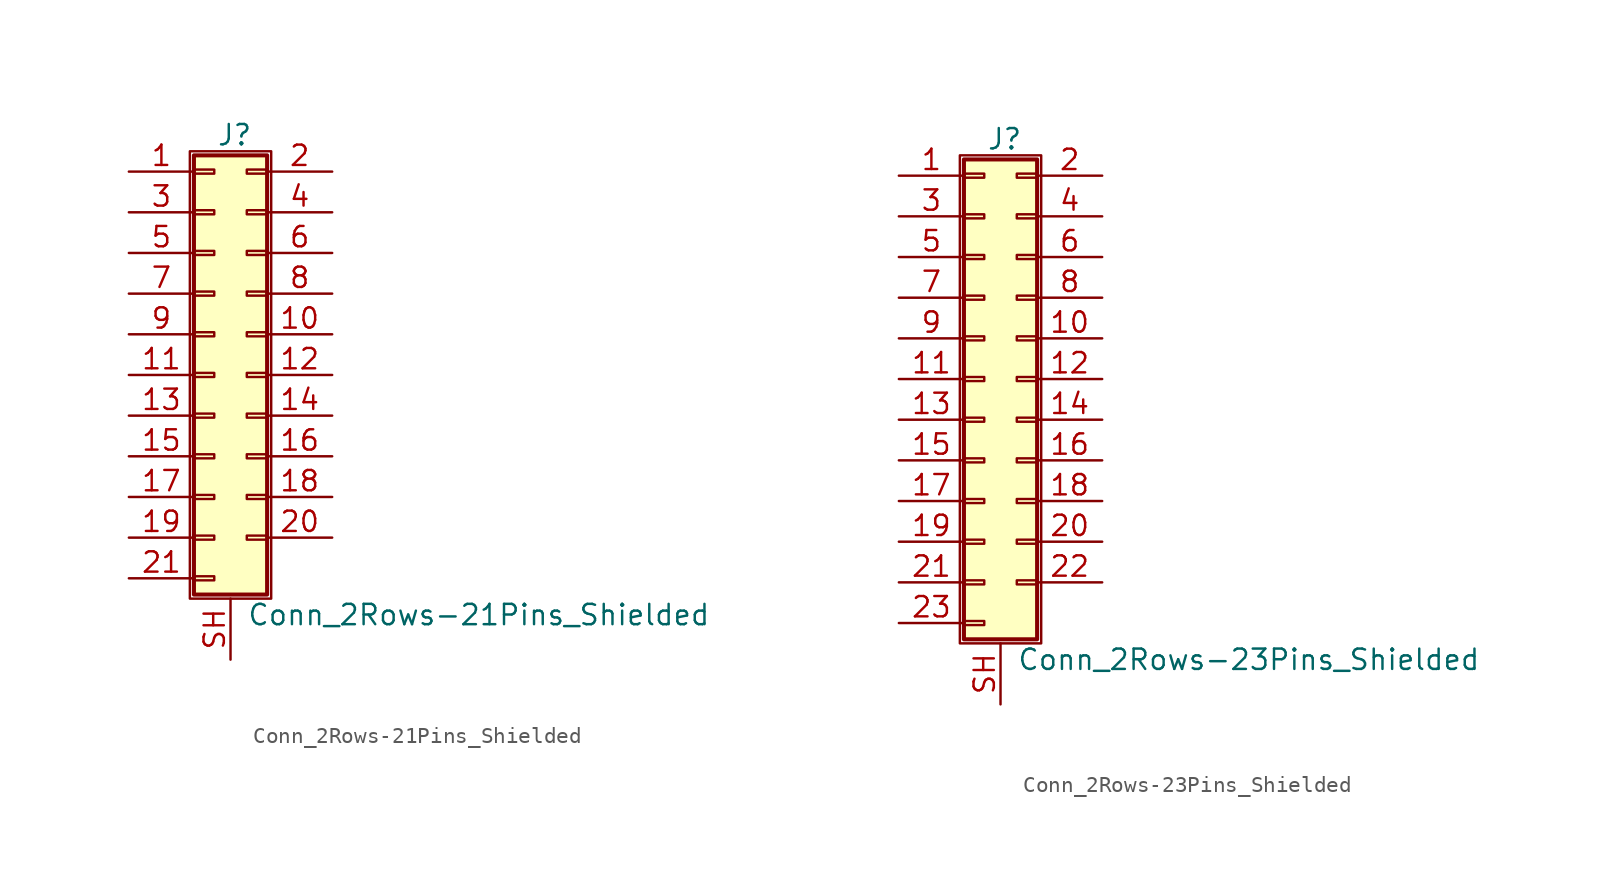
<source format=kicad_sym>
(kicad_symbol_lib
  (version 20201005)
  (generator kicad_symbol_editor)
  (symbol "Conn_2Rows-21Pins_Shielded"
    (pin_names
      (offset 1.016) hide)
    (property "Reference" "J"
      (at 1.524 14.986 0)
      (effects (font (size 1.27 1.27))))
    (property "Value" "Conn_2Rows-21Pins_Shielded"
      (at 2.286 -14.986 0)
      (effects (font (size 1.27 1.27)) (justify left)))
    (symbol "Conn_2Rows-21Pins_Shielded_1_1"
      (rectangle (start -1.27 13.97) (end 3.81 -13.97) (stroke (width 0.152)) (fill (type none)))
      (rectangle (start -1.016 -12.573) (end 0.254 -12.827) (stroke (width 0.152)) (fill (type none)))
      (rectangle (start -1.016 -10.033) (end 0.254 -10.287) (stroke (width 0.152)) (fill (type none)))
      (rectangle (start -1.016 -7.493) (end 0.254 -7.747) (stroke (width 0.152)) (fill (type none)))
      (rectangle (start -1.016 -4.953) (end 0.254 -5.207) (stroke (width 0.152)) (fill (type none)))
      (rectangle (start -1.016 -2.413) (end 0.254 -2.667) (stroke (width 0.152)) (fill (type none)))
      (rectangle (start -1.016 0.127) (end 0.254 -0.127) (stroke (width 0.152)) (fill (type none)))
      (rectangle (start -1.016 2.667) (end 0.254 2.413) (stroke (width 0.152)) (fill (type none)))
      (rectangle (start -1.016 5.207) (end 0.254 4.953) (stroke (width 0.152)) (fill (type none)))
      (rectangle (start -1.016 7.747) (end 0.254 7.493) (stroke (width 0.152)) (fill (type none)))
      (rectangle (start -1.016 10.287) (end 0.254 10.033) (stroke (width 0.152)) (fill (type none)))
      (rectangle (start -1.016 12.827) (end 0.254 12.573) (stroke (width 0.152)) (fill (type none)))
      (rectangle (start -1.016 13.716) (end 3.556 -13.716) (stroke (width 0.254)) (fill (type background)))
      (rectangle (start 3.556 -10.033) (end 2.286 -10.287) (stroke (width 0.152)) (fill (type none)))
      (rectangle (start 3.556 -7.493) (end 2.286 -7.747) (stroke (width 0.152)) (fill (type none)))
      (rectangle (start 3.556 -4.953) (end 2.286 -5.207) (stroke (width 0.152)) (fill (type none)))
      (rectangle (start 3.556 -2.413) (end 2.286 -2.667) (stroke (width 0.152)) (fill (type none)))
      (rectangle (start 3.556 0.127) (end 2.286 -0.127) (stroke (width 0.152)) (fill (type none)))
      (rectangle (start 3.556 2.667) (end 2.286 2.413) (stroke (width 0.152)) (fill (type none)))
      (rectangle (start 3.556 5.207) (end 2.286 4.953) (stroke (width 0.152)) (fill (type none)))
      (rectangle (start 3.556 7.747) (end 2.286 7.493) (stroke (width 0.152)) (fill (type none)))
      (rectangle (start 3.556 10.287) (end 2.286 10.033) (stroke (width 0.152)) (fill (type none)))
      (rectangle (start 3.556 12.827) (end 2.286 12.573) (stroke (width 0.152)) (fill (type none)))
      (pin passive line (at -5.08 12.7 0) (length 4.064) (name "Pin_1" (effects (font (size 1.27 1.27)))) (number "1" (effects (font (size 1.27 1.27)))))
      (pin passive line (at 7.62 2.54 180) (length 4.064) (name "Pin_10" (effects (font (size 1.27 1.27)))) (number "10" (effects (font (size 1.27 1.27)))))
      (pin passive line (at -5.08 0 0) (length 4.064) (name "Pin_11" (effects (font (size 1.27 1.27)))) (number "11" (effects (font (size 1.27 1.27)))))
      (pin passive line (at 7.62 0 180) (length 4.064) (name "Pin_12" (effects (font (size 1.27 1.27)))) (number "12" (effects (font (size 1.27 1.27)))))
      (pin passive line (at -5.08 -2.54 0) (length 4.064) (name "Pin_13" (effects (font (size 1.27 1.27)))) (number "13" (effects (font (size 1.27 1.27)))))
      (pin passive line (at 7.62 -2.54 180) (length 4.064) (name "Pin_14" (effects (font (size 1.27 1.27)))) (number "14" (effects (font (size 1.27 1.27)))))
      (pin passive line (at -5.08 -5.08 0) (length 4.064) (name "Pin_15" (effects (font (size 1.27 1.27)))) (number "15" (effects (font (size 1.27 1.27)))))
      (pin passive line (at 7.62 -5.08 180) (length 4.064) (name "Pin_16" (effects (font (size 1.27 1.27)))) (number "16" (effects (font (size 1.27 1.27)))))
      (pin passive line (at -5.08 -7.62 0) (length 4.064) (name "Pin_17" (effects (font (size 1.27 1.27)))) (number "17" (effects (font (size 1.27 1.27)))))
      (pin passive line (at 7.62 -7.62 180) (length 4.064) (name "Pin_18" (effects (font (size 1.27 1.27)))) (number "18" (effects (font (size 1.27 1.27)))))
      (pin passive line (at -5.08 -10.16 0) (length 4.064) (name "Pin_19" (effects (font (size 1.27 1.27)))) (number "19" (effects (font (size 1.27 1.27)))))
      (pin passive line (at 7.62 12.7 180) (length 4.064) (name "Pin_2" (effects (font (size 1.27 1.27)))) (number "2" (effects (font (size 1.27 1.27)))))
      (pin passive line (at 7.62 -10.16 180) (length 4.064) (name "Pin_20" (effects (font (size 1.27 1.27)))) (number "20" (effects (font (size 1.27 1.27)))))
      (pin passive line (at -5.08 -12.7 0) (length 4.064) (name "Pin_21" (effects (font (size 1.27 1.27)))) (number "21" (effects (font (size 1.27 1.27)))))
      (pin passive line (at -5.08 10.16 0) (length 4.064) (name "Pin_3" (effects (font (size 1.27 1.27)))) (number "3" (effects (font (size 1.27 1.27)))))
      (pin passive line (at 7.62 10.16 180) (length 4.064) (name "Pin_4" (effects (font (size 1.27 1.27)))) (number "4" (effects (font (size 1.27 1.27)))))
      (pin passive line (at -5.08 7.62 0) (length 4.064) (name "Pin_5" (effects (font (size 1.27 1.27)))) (number "5" (effects (font (size 1.27 1.27)))))
      (pin passive line (at 7.62 7.62 180) (length 4.064) (name "Pin_6" (effects (font (size 1.27 1.27)))) (number "6" (effects (font (size 1.27 1.27)))))
      (pin passive line (at -5.08 5.08 0) (length 4.064) (name "Pin_7" (effects (font (size 1.27 1.27)))) (number "7" (effects (font (size 1.27 1.27)))))
      (pin passive line (at 7.62 5.08 180) (length 4.064) (name "Pin_8" (effects (font (size 1.27 1.27)))) (number "8" (effects (font (size 1.27 1.27)))))
      (pin passive line (at -5.08 2.54 0) (length 4.064) (name "Pin_9" (effects (font (size 1.27 1.27)))) (number "9" (effects (font (size 1.27 1.27)))))
      (pin passive line (at 1.27 -17.78 90) (length 3.81) (name "Shield" (effects (font (size 1.27 1.27)))) (number "SH" (effects (font (size 1.27 1.27)))))))
  (symbol "Conn_2Rows-23Pins_Shielded"
    (pin_names
      (offset 1.016) hide)
    (property "Reference" "J"
      (at 1.524 14.986 0)
      (effects (font (size 1.27 1.27))))
    (property "Value" "Conn_2Rows-23Pins_Shielded"
      (at 2.286 -17.526 0)
      (effects (font (size 1.27 1.27)) (justify left)))
    (symbol "Conn_2Rows-23Pins_Shielded_1_1"
      (rectangle (start -1.27 13.97) (end 3.81 -16.51) (stroke (width 0.152)) (fill (type none)))
      (rectangle (start -1.016 -15.113) (end 0.254 -15.367) (stroke (width 0.152)) (fill (type none)))
      (rectangle (start -1.016 -12.573) (end 0.254 -12.827) (stroke (width 0.152)) (fill (type none)))
      (rectangle (start -1.016 -10.033) (end 0.254 -10.287) (stroke (width 0.152)) (fill (type none)))
      (rectangle (start -1.016 -7.493) (end 0.254 -7.747) (stroke (width 0.152)) (fill (type none)))
      (rectangle (start -1.016 -4.953) (end 0.254 -5.207) (stroke (width 0.152)) (fill (type none)))
      (rectangle (start -1.016 -2.413) (end 0.254 -2.667) (stroke (width 0.152)) (fill (type none)))
      (rectangle (start -1.016 0.127) (end 0.254 -0.127) (stroke (width 0.152)) (fill (type none)))
      (rectangle (start -1.016 2.667) (end 0.254 2.413) (stroke (width 0.152)) (fill (type none)))
      (rectangle (start -1.016 5.207) (end 0.254 4.953) (stroke (width 0.152)) (fill (type none)))
      (rectangle (start -1.016 7.747) (end 0.254 7.493) (stroke (width 0.152)) (fill (type none)))
      (rectangle (start -1.016 10.287) (end 0.254 10.033) (stroke (width 0.152)) (fill (type none)))
      (rectangle (start -1.016 12.827) (end 0.254 12.573) (stroke (width 0.152)) (fill (type none)))
      (rectangle (start -1.016 13.716) (end 3.556 -16.256) (stroke (width 0.254)) (fill (type background)))
      (rectangle (start 3.556 -12.573) (end 2.286 -12.827) (stroke (width 0.152)) (fill (type none)))
      (rectangle (start 3.556 -10.033) (end 2.286 -10.287) (stroke (width 0.152)) (fill (type none)))
      (rectangle (start 3.556 -7.493) (end 2.286 -7.747) (stroke (width 0.152)) (fill (type none)))
      (rectangle (start 3.556 -4.953) (end 2.286 -5.207) (stroke (width 0.152)) (fill (type none)))
      (rectangle (start 3.556 -2.413) (end 2.286 -2.667) (stroke (width 0.152)) (fill (type none)))
      (rectangle (start 3.556 0.127) (end 2.286 -0.127) (stroke (width 0.152)) (fill (type none)))
      (rectangle (start 3.556 2.667) (end 2.286 2.413) (stroke (width 0.152)) (fill (type none)))
      (rectangle (start 3.556 5.207) (end 2.286 4.953) (stroke (width 0.152)) (fill (type none)))
      (rectangle (start 3.556 7.747) (end 2.286 7.493) (stroke (width 0.152)) (fill (type none)))
      (rectangle (start 3.556 10.287) (end 2.286 10.033) (stroke (width 0.152)) (fill (type none)))
      (rectangle (start 3.556 12.827) (end 2.286 12.573) (stroke (width 0.152)) (fill (type none)))
      (pin passive line (at -5.08 12.7 0) (length 4.064) (name "Pin_1" (effects (font (size 1.27 1.27)))) (number "1" (effects (font (size 1.27 1.27)))))
      (pin passive line (at 7.62 2.54 180) (length 4.064) (name "Pin_10" (effects (font (size 1.27 1.27)))) (number "10" (effects (font (size 1.27 1.27)))))
      (pin passive line (at -5.08 0 0) (length 4.064) (name "Pin_11" (effects (font (size 1.27 1.27)))) (number "11" (effects (font (size 1.27 1.27)))))
      (pin passive line (at 7.62 0 180) (length 4.064) (name "Pin_12" (effects (font (size 1.27 1.27)))) (number "12" (effects (font (size 1.27 1.27)))))
      (pin passive line (at -5.08 -2.54 0) (length 4.064) (name "Pin_13" (effects (font (size 1.27 1.27)))) (number "13" (effects (font (size 1.27 1.27)))))
      (pin passive line (at 7.62 -2.54 180) (length 4.064) (name "Pin_14" (effects (font (size 1.27 1.27)))) (number "14" (effects (font (size 1.27 1.27)))))
      (pin passive line (at -5.08 -5.08 0) (length 4.064) (name "Pin_15" (effects (font (size 1.27 1.27)))) (number "15" (effects (font (size 1.27 1.27)))))
      (pin passive line (at 7.62 -5.08 180) (length 4.064) (name "Pin_16" (effects (font (size 1.27 1.27)))) (number "16" (effects (font (size 1.27 1.27)))))
      (pin passive line (at -5.08 -7.62 0) (length 4.064) (name "Pin_17" (effects (font (size 1.27 1.27)))) (number "17" (effects (font (size 1.27 1.27)))))
      (pin passive line (at 7.62 -7.62 180) (length 4.064) (name "Pin_18" (effects (font (size 1.27 1.27)))) (number "18" (effects (font (size 1.27 1.27)))))
      (pin passive line (at -5.08 -10.16 0) (length 4.064) (name "Pin_19" (effects (font (size 1.27 1.27)))) (number "19" (effects (font (size 1.27 1.27)))))
      (pin passive line (at 7.62 12.7 180) (length 4.064) (name "Pin_2" (effects (font (size 1.27 1.27)))) (number "2" (effects (font (size 1.27 1.27)))))
      (pin passive line (at 7.62 -10.16 180) (length 4.064) (name "Pin_20" (effects (font (size 1.27 1.27)))) (number "20" (effects (font (size 1.27 1.27)))))
      (pin passive line (at -5.08 -12.7 0) (length 4.064) (name "Pin_21" (effects (font (size 1.27 1.27)))) (number "21" (effects (font (size 1.27 1.27)))))
      (pin passive line (at 7.62 -12.7 180) (length 4.064) (name "Pin_22" (effects (font (size 1.27 1.27)))) (number "22" (effects (font (size 1.27 1.27)))))
      (pin passive line (at -5.08 -15.24 0) (length 4.064) (name "Pin_23" (effects (font (size 1.27 1.27)))) (number "23" (effects (font (size 1.27 1.27)))))
      (pin passive line (at -5.08 10.16 0) (length 4.064) (name "Pin_3" (effects (font (size 1.27 1.27)))) (number "3" (effects (font (size 1.27 1.27)))))
      (pin passive line (at 7.62 10.16 180) (length 4.064) (name "Pin_4" (effects (font (size 1.27 1.27)))) (number "4" (effects (font (size 1.27 1.27)))))
      (pin passive line (at -5.08 7.62 0) (length 4.064) (name "Pin_5" (effects (font (size 1.27 1.27)))) (number "5" (effects (font (size 1.27 1.27)))))
      (pin passive line (at 7.62 7.62 180) (length 4.064) (name "Pin_6" (effects (font (size 1.27 1.27)))) (number "6" (effects (font (size 1.27 1.27)))))
      (pin passive line (at -5.08 5.08 0) (length 4.064) (name "Pin_7" (effects (font (size 1.27 1.27)))) (number "7" (effects (font (size 1.27 1.27)))))
      (pin passive line (at 7.62 5.08 180) (length 4.064) (name "Pin_8" (effects (font (size 1.27 1.27)))) (number "8" (effects (font (size 1.27 1.27)))))
      (pin passive line (at -5.08 2.54 0) (length 4.064) (name "Pin_9" (effects (font (size 1.27 1.27)))) (number "9" (effects (font (size 1.27 1.27)))))
      (pin passive line (at 1.27 -20.32 90) (length 3.81) (name "Shield" (effects (font (size 1.27 1.27)))) (number "SH" (effects (font (size 1.27 1.27))))))))
</source>
